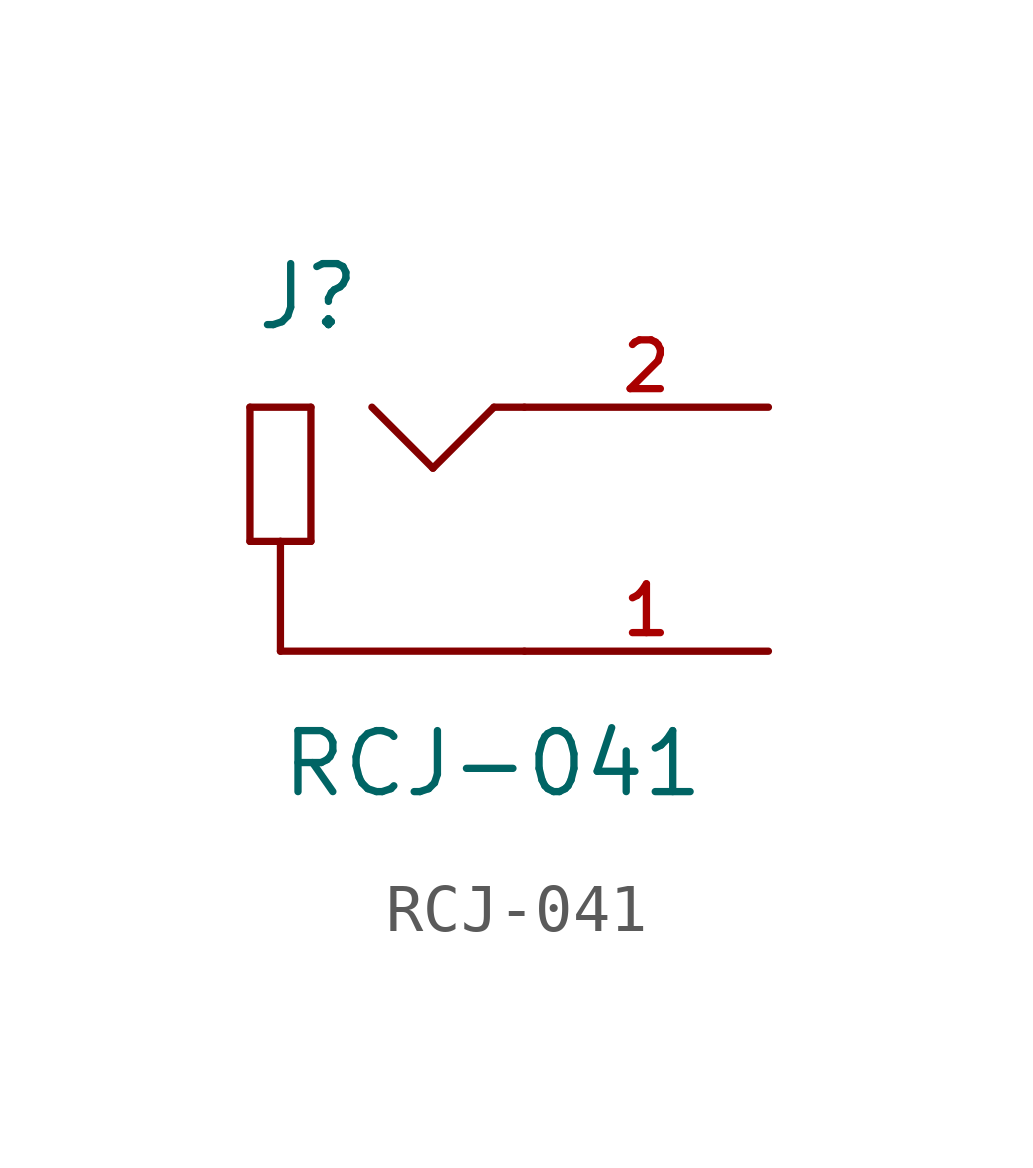
<source format=kicad_sym>
(kicad_symbol_lib
  (version 20231120)
  (generator "kicad_symbol_editor")
  (generator_version "8.0")
  (symbol "RCJ-041"
    (pin_names
      (offset 1.016))
    (property "Reference" "J"
      (at -5.632 4.096 0)
      (effects (font (size 1.27 1.27)) (justify left bottom)))
    (property "Value" "RCJ-041"
      (at -5.117 -5.627 0)
      (effects (font (size 1.27 1.27)) (justify left bottom)))
    (symbol "RCJ-041_0_0"
      (polyline (pts (xy -5.715 -0.254) (xy -5.08 -0.254)) (stroke (width 0.152) (type default)) (fill (type none)))
      (polyline (pts (xy -5.715 2.54) (xy -5.715 -0.254)) (stroke (width 0.152) (type default)) (fill (type none)))
      (polyline (pts (xy -5.08 -2.54) (xy -5.08 -0.254)) (stroke (width 0.152) (type default)) (fill (type none)))
      (polyline (pts (xy -5.08 -0.254) (xy -4.445 -0.254)) (stroke (width 0.152) (type default)) (fill (type none)))
      (polyline (pts (xy -4.445 -0.254) (xy -4.445 2.54)) (stroke (width 0.152) (type default)) (fill (type none)))
      (polyline (pts (xy -4.445 2.54) (xy -5.715 2.54)) (stroke (width 0.152) (type default)) (fill (type none)))
      (polyline (pts (xy -1.905 1.27) (xy -3.175 2.54)) (stroke (width 0.152) (type default)) (fill (type none)))
      (polyline (pts (xy -0.635 2.54) (xy -1.905 1.27)) (stroke (width 0.152) (type default)) (fill (type none)))
      (polyline (pts (xy 0 -2.54) (xy -5.08 -2.54)) (stroke (width 0.152) (type default)) (fill (type none)))
      (polyline (pts (xy 0 2.54) (xy -0.635 2.54)) (stroke (width 0.152) (type default)) (fill (type none)))
      (pin passive line (at 5.08 -2.54 180) (length 5.08) (name "~" (effects (font (size 1.016 1.016)))) (number "1" (effects (font (size 1.016 1.016)))))
      (pin passive line (at 5.08 2.54 180) (length 5.08) (name "~" (effects (font (size 1.016 1.016)))) (number "2" (effects (font (size 1.016 1.016))))))))
</source>
